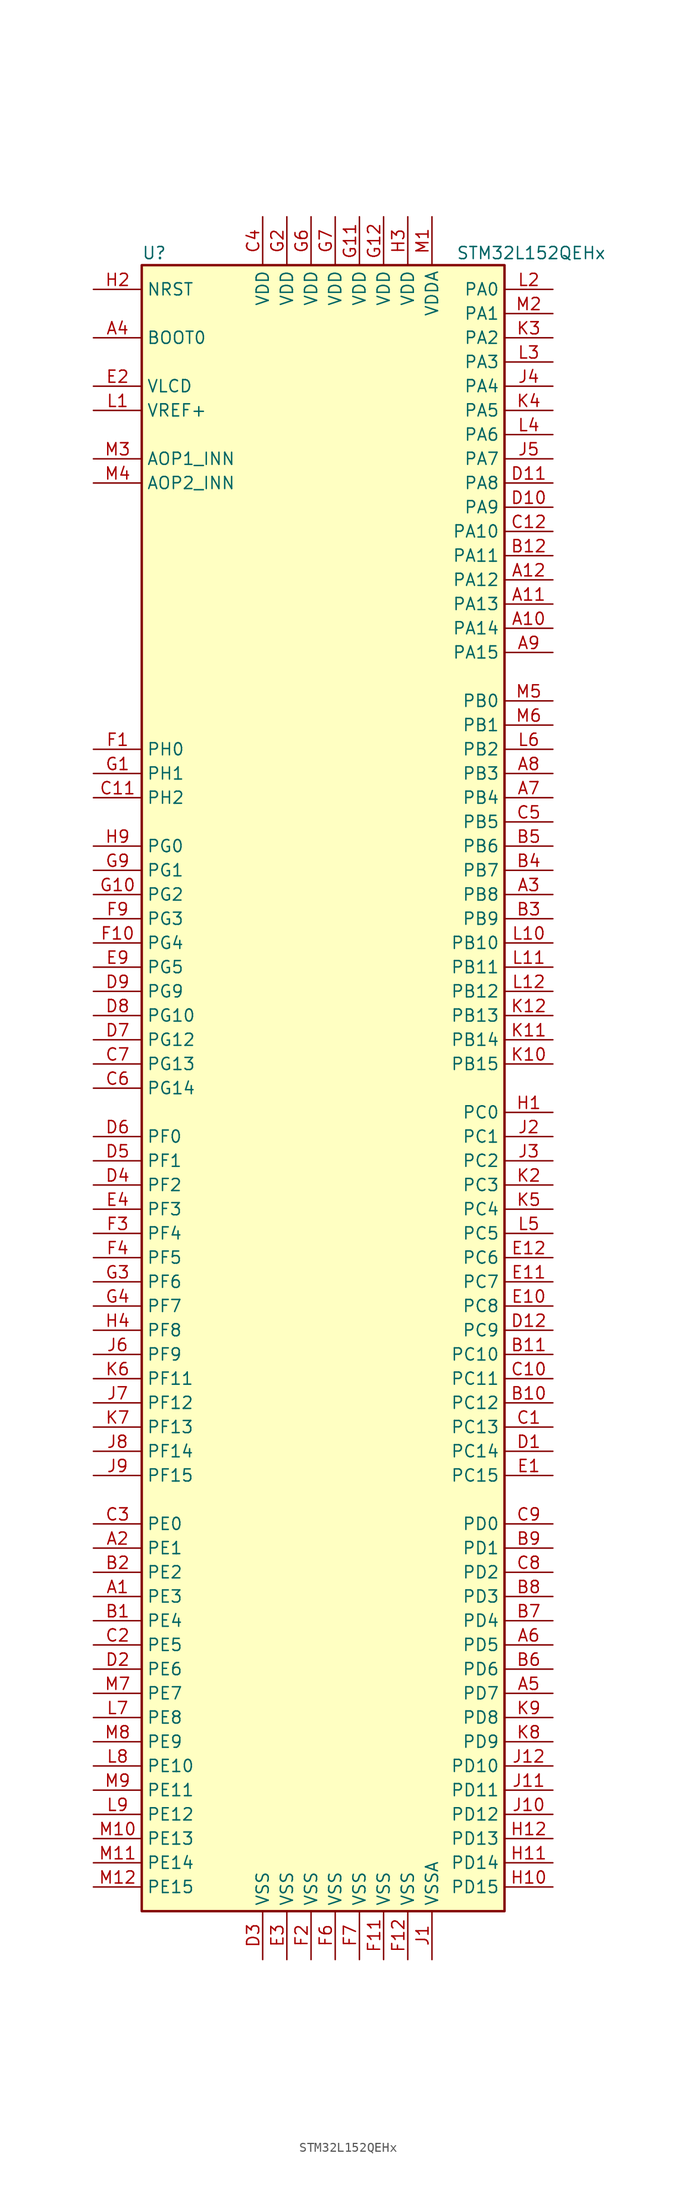
<source format=kicad_sym>
(kicad_symbol_lib
  (version 20201005)
  (generator kicad_symbol_editor)
  (symbol "STM32L152QEHx"
    (property "Reference" "U"
      (at -20.32 87.63 0)
      (effects (font (size 1.27 1.27)) (justify left)))
    (property "Value" "STM32L152QEHx"
      (at 12.7 87.63 0)
      (effects (font (size 1.27 1.27)) (justify left)))
    (symbol "STM32L152QEHx_0_1"
      (rectangle (start -20.32 -86.36) (end 17.78 86.36) (stroke (width 0.254)) (fill (type background))))
    (symbol "STM32L152QEHx_1_1"
      (pin bidirectional line (at -25.4 66.04 0) (length 5.08) (name "AOP1_INN" (effects (font (size 1.27 1.27)))) (number "M3" (effects (font (size 1.27 1.27)))))
      (pin bidirectional line (at -25.4 63.5 0) (length 5.08) (name "AOP2_INN" (effects (font (size 1.27 1.27)))) (number "M4" (effects (font (size 1.27 1.27)))))
      (pin input line (at -25.4 78.74 0) (length 5.08) (name "BOOT0" (effects (font (size 1.27 1.27)))) (number "A4" (effects (font (size 1.27 1.27)))))
      (pin no_connect line (at -20.32 -83.82 0) (length 5.08) hide (name "NC" (effects (font (size 1.27 1.27)))) (number "K1" (effects (font (size 1.27 1.27)))))
      (pin input line (at -25.4 83.82 0) (length 5.08) (name "NRST" (effects (font (size 1.27 1.27)))) (number "H2" (effects (font (size 1.27 1.27)))))
      (pin bidirectional line (at 22.86 83.82 180) (length 5.08) (name "PA0" (effects (font (size 1.27 1.27)))) (number "L2" (effects (font (size 1.27 1.27)))))
      (pin bidirectional line (at 22.86 81.28 180) (length 5.08) (name "PA1" (effects (font (size 1.27 1.27)))) (number "M2" (effects (font (size 1.27 1.27)))))
      (pin bidirectional line (at 22.86 58.42 180) (length 5.08) (name "PA10" (effects (font (size 1.27 1.27)))) (number "C12" (effects (font (size 1.27 1.27)))))
      (pin bidirectional line (at 22.86 55.88 180) (length 5.08) (name "PA11" (effects (font (size 1.27 1.27)))) (number "B12" (effects (font (size 1.27 1.27)))))
      (pin bidirectional line (at 22.86 53.34 180) (length 5.08) (name "PA12" (effects (font (size 1.27 1.27)))) (number "A12" (effects (font (size 1.27 1.27)))))
      (pin bidirectional line (at 22.86 50.8 180) (length 5.08) (name "PA13" (effects (font (size 1.27 1.27)))) (number "A11" (effects (font (size 1.27 1.27)))))
      (pin bidirectional line (at 22.86 48.26 180) (length 5.08) (name "PA14" (effects (font (size 1.27 1.27)))) (number "A10" (effects (font (size 1.27 1.27)))))
      (pin bidirectional line (at 22.86 45.72 180) (length 5.08) (name "PA15" (effects (font (size 1.27 1.27)))) (number "A9" (effects (font (size 1.27 1.27)))))
      (pin bidirectional line (at 22.86 78.74 180) (length 5.08) (name "PA2" (effects (font (size 1.27 1.27)))) (number "K3" (effects (font (size 1.27 1.27)))))
      (pin bidirectional line (at 22.86 76.2 180) (length 5.08) (name "PA3" (effects (font (size 1.27 1.27)))) (number "L3" (effects (font (size 1.27 1.27)))))
      (pin bidirectional line (at 22.86 73.66 180) (length 5.08) (name "PA4" (effects (font (size 1.27 1.27)))) (number "J4" (effects (font (size 1.27 1.27)))))
      (pin bidirectional line (at 22.86 71.12 180) (length 5.08) (name "PA5" (effects (font (size 1.27 1.27)))) (number "K4" (effects (font (size 1.27 1.27)))))
      (pin bidirectional line (at 22.86 68.58 180) (length 5.08) (name "PA6" (effects (font (size 1.27 1.27)))) (number "L4" (effects (font (size 1.27 1.27)))))
      (pin bidirectional line (at 22.86 66.04 180) (length 5.08) (name "PA7" (effects (font (size 1.27 1.27)))) (number "J5" (effects (font (size 1.27 1.27)))))
      (pin bidirectional line (at 22.86 63.5 180) (length 5.08) (name "PA8" (effects (font (size 1.27 1.27)))) (number "D11" (effects (font (size 1.27 1.27)))))
      (pin bidirectional line (at 22.86 60.96 180) (length 5.08) (name "PA9" (effects (font (size 1.27 1.27)))) (number "D10" (effects (font (size 1.27 1.27)))))
      (pin bidirectional line (at 22.86 40.64 180) (length 5.08) (name "PB0" (effects (font (size 1.27 1.27)))) (number "M5" (effects (font (size 1.27 1.27)))))
      (pin bidirectional line (at 22.86 38.1 180) (length 5.08) (name "PB1" (effects (font (size 1.27 1.27)))) (number "M6" (effects (font (size 1.27 1.27)))))
      (pin bidirectional line (at 22.86 15.24 180) (length 5.08) (name "PB10" (effects (font (size 1.27 1.27)))) (number "L10" (effects (font (size 1.27 1.27)))))
      (pin bidirectional line (at 22.86 12.7 180) (length 5.08) (name "PB11" (effects (font (size 1.27 1.27)))) (number "L11" (effects (font (size 1.27 1.27)))))
      (pin bidirectional line (at 22.86 10.16 180) (length 5.08) (name "PB12" (effects (font (size 1.27 1.27)))) (number "L12" (effects (font (size 1.27 1.27)))))
      (pin bidirectional line (at 22.86 7.62 180) (length 5.08) (name "PB13" (effects (font (size 1.27 1.27)))) (number "K12" (effects (font (size 1.27 1.27)))))
      (pin bidirectional line (at 22.86 5.08 180) (length 5.08) (name "PB14" (effects (font (size 1.27 1.27)))) (number "K11" (effects (font (size 1.27 1.27)))))
      (pin bidirectional line (at 22.86 2.54 180) (length 5.08) (name "PB15" (effects (font (size 1.27 1.27)))) (number "K10" (effects (font (size 1.27 1.27)))))
      (pin bidirectional line (at 22.86 35.56 180) (length 5.08) (name "PB2" (effects (font (size 1.27 1.27)))) (number "L6" (effects (font (size 1.27 1.27)))))
      (pin bidirectional line (at 22.86 33.02 180) (length 5.08) (name "PB3" (effects (font (size 1.27 1.27)))) (number "A8" (effects (font (size 1.27 1.27)))))
      (pin bidirectional line (at 22.86 30.48 180) (length 5.08) (name "PB4" (effects (font (size 1.27 1.27)))) (number "A7" (effects (font (size 1.27 1.27)))))
      (pin bidirectional line (at 22.86 27.94 180) (length 5.08) (name "PB5" (effects (font (size 1.27 1.27)))) (number "C5" (effects (font (size 1.27 1.27)))))
      (pin bidirectional line (at 22.86 25.4 180) (length 5.08) (name "PB6" (effects (font (size 1.27 1.27)))) (number "B5" (effects (font (size 1.27 1.27)))))
      (pin bidirectional line (at 22.86 22.86 180) (length 5.08) (name "PB7" (effects (font (size 1.27 1.27)))) (number "B4" (effects (font (size 1.27 1.27)))))
      (pin bidirectional line (at 22.86 20.32 180) (length 5.08) (name "PB8" (effects (font (size 1.27 1.27)))) (number "A3" (effects (font (size 1.27 1.27)))))
      (pin bidirectional line (at 22.86 17.78 180) (length 5.08) (name "PB9" (effects (font (size 1.27 1.27)))) (number "B3" (effects (font (size 1.27 1.27)))))
      (pin bidirectional line (at 22.86 -2.54 180) (length 5.08) (name "PC0" (effects (font (size 1.27 1.27)))) (number "H1" (effects (font (size 1.27 1.27)))))
      (pin bidirectional line (at 22.86 -5.08 180) (length 5.08) (name "PC1" (effects (font (size 1.27 1.27)))) (number "J2" (effects (font (size 1.27 1.27)))))
      (pin bidirectional line (at 22.86 -27.94 180) (length 5.08) (name "PC10" (effects (font (size 1.27 1.27)))) (number "B11" (effects (font (size 1.27 1.27)))))
      (pin bidirectional line (at 22.86 -30.48 180) (length 5.08) (name "PC11" (effects (font (size 1.27 1.27)))) (number "C10" (effects (font (size 1.27 1.27)))))
      (pin bidirectional line (at 22.86 -33.02 180) (length 5.08) (name "PC12" (effects (font (size 1.27 1.27)))) (number "B10" (effects (font (size 1.27 1.27)))))
      (pin bidirectional line (at 22.86 -35.56 180) (length 5.08) (name "PC13" (effects (font (size 1.27 1.27)))) (number "C1" (effects (font (size 1.27 1.27)))))
      (pin bidirectional line (at 22.86 -38.1 180) (length 5.08) (name "PC14" (effects (font (size 1.27 1.27)))) (number "D1" (effects (font (size 1.27 1.27)))))
      (pin bidirectional line (at 22.86 -40.64 180) (length 5.08) (name "PC15" (effects (font (size 1.27 1.27)))) (number "E1" (effects (font (size 1.27 1.27)))))
      (pin bidirectional line (at 22.86 -7.62 180) (length 5.08) (name "PC2" (effects (font (size 1.27 1.27)))) (number "J3" (effects (font (size 1.27 1.27)))))
      (pin bidirectional line (at 22.86 -10.16 180) (length 5.08) (name "PC3" (effects (font (size 1.27 1.27)))) (number "K2" (effects (font (size 1.27 1.27)))))
      (pin bidirectional line (at 22.86 -12.7 180) (length 5.08) (name "PC4" (effects (font (size 1.27 1.27)))) (number "K5" (effects (font (size 1.27 1.27)))))
      (pin bidirectional line (at 22.86 -15.24 180) (length 5.08) (name "PC5" (effects (font (size 1.27 1.27)))) (number "L5" (effects (font (size 1.27 1.27)))))
      (pin bidirectional line (at 22.86 -17.78 180) (length 5.08) (name "PC6" (effects (font (size 1.27 1.27)))) (number "E12" (effects (font (size 1.27 1.27)))))
      (pin bidirectional line (at 22.86 -20.32 180) (length 5.08) (name "PC7" (effects (font (size 1.27 1.27)))) (number "E11" (effects (font (size 1.27 1.27)))))
      (pin bidirectional line (at 22.86 -22.86 180) (length 5.08) (name "PC8" (effects (font (size 1.27 1.27)))) (number "E10" (effects (font (size 1.27 1.27)))))
      (pin bidirectional line (at 22.86 -25.4 180) (length 5.08) (name "PC9" (effects (font (size 1.27 1.27)))) (number "D12" (effects (font (size 1.27 1.27)))))
      (pin bidirectional line (at 22.86 -45.72 180) (length 5.08) (name "PD0" (effects (font (size 1.27 1.27)))) (number "C9" (effects (font (size 1.27 1.27)))))
      (pin bidirectional line (at 22.86 -48.26 180) (length 5.08) (name "PD1" (effects (font (size 1.27 1.27)))) (number "B9" (effects (font (size 1.27 1.27)))))
      (pin bidirectional line (at 22.86 -71.12 180) (length 5.08) (name "PD10" (effects (font (size 1.27 1.27)))) (number "J12" (effects (font (size 1.27 1.27)))))
      (pin bidirectional line (at 22.86 -73.66 180) (length 5.08) (name "PD11" (effects (font (size 1.27 1.27)))) (number "J11" (effects (font (size 1.27 1.27)))))
      (pin bidirectional line (at 22.86 -76.2 180) (length 5.08) (name "PD12" (effects (font (size 1.27 1.27)))) (number "J10" (effects (font (size 1.27 1.27)))))
      (pin bidirectional line (at 22.86 -78.74 180) (length 5.08) (name "PD13" (effects (font (size 1.27 1.27)))) (number "H12" (effects (font (size 1.27 1.27)))))
      (pin bidirectional line (at 22.86 -81.28 180) (length 5.08) (name "PD14" (effects (font (size 1.27 1.27)))) (number "H11" (effects (font (size 1.27 1.27)))))
      (pin bidirectional line (at 22.86 -83.82 180) (length 5.08) (name "PD15" (effects (font (size 1.27 1.27)))) (number "H10" (effects (font (size 1.27 1.27)))))
      (pin bidirectional line (at 22.86 -50.8 180) (length 5.08) (name "PD2" (effects (font (size 1.27 1.27)))) (number "C8" (effects (font (size 1.27 1.27)))))
      (pin bidirectional line (at 22.86 -53.34 180) (length 5.08) (name "PD3" (effects (font (size 1.27 1.27)))) (number "B8" (effects (font (size 1.27 1.27)))))
      (pin bidirectional line (at 22.86 -55.88 180) (length 5.08) (name "PD4" (effects (font (size 1.27 1.27)))) (number "B7" (effects (font (size 1.27 1.27)))))
      (pin bidirectional line (at 22.86 -58.42 180) (length 5.08) (name "PD5" (effects (font (size 1.27 1.27)))) (number "A6" (effects (font (size 1.27 1.27)))))
      (pin bidirectional line (at 22.86 -60.96 180) (length 5.08) (name "PD6" (effects (font (size 1.27 1.27)))) (number "B6" (effects (font (size 1.27 1.27)))))
      (pin bidirectional line (at 22.86 -63.5 180) (length 5.08) (name "PD7" (effects (font (size 1.27 1.27)))) (number "A5" (effects (font (size 1.27 1.27)))))
      (pin bidirectional line (at 22.86 -66.04 180) (length 5.08) (name "PD8" (effects (font (size 1.27 1.27)))) (number "K9" (effects (font (size 1.27 1.27)))))
      (pin bidirectional line (at 22.86 -68.58 180) (length 5.08) (name "PD9" (effects (font (size 1.27 1.27)))) (number "K8" (effects (font (size 1.27 1.27)))))
      (pin bidirectional line (at -25.4 -45.72 0) (length 5.08) (name "PE0" (effects (font (size 1.27 1.27)))) (number "C3" (effects (font (size 1.27 1.27)))))
      (pin bidirectional line (at -25.4 -48.26 0) (length 5.08) (name "PE1" (effects (font (size 1.27 1.27)))) (number "A2" (effects (font (size 1.27 1.27)))))
      (pin bidirectional line (at -25.4 -71.12 0) (length 5.08) (name "PE10" (effects (font (size 1.27 1.27)))) (number "L8" (effects (font (size 1.27 1.27)))))
      (pin bidirectional line (at -25.4 -73.66 0) (length 5.08) (name "PE11" (effects (font (size 1.27 1.27)))) (number "M9" (effects (font (size 1.27 1.27)))))
      (pin bidirectional line (at -25.4 -76.2 0) (length 5.08) (name "PE12" (effects (font (size 1.27 1.27)))) (number "L9" (effects (font (size 1.27 1.27)))))
      (pin bidirectional line (at -25.4 -78.74 0) (length 5.08) (name "PE13" (effects (font (size 1.27 1.27)))) (number "M10" (effects (font (size 1.27 1.27)))))
      (pin bidirectional line (at -25.4 -81.28 0) (length 5.08) (name "PE14" (effects (font (size 1.27 1.27)))) (number "M11" (effects (font (size 1.27 1.27)))))
      (pin bidirectional line (at -25.4 -83.82 0) (length 5.08) (name "PE15" (effects (font (size 1.27 1.27)))) (number "M12" (effects (font (size 1.27 1.27)))))
      (pin bidirectional line (at -25.4 -50.8 0) (length 5.08) (name "PE2" (effects (font (size 1.27 1.27)))) (number "B2" (effects (font (size 1.27 1.27)))))
      (pin bidirectional line (at -25.4 -53.34 0) (length 5.08) (name "PE3" (effects (font (size 1.27 1.27)))) (number "A1" (effects (font (size 1.27 1.27)))))
      (pin bidirectional line (at -25.4 -55.88 0) (length 5.08) (name "PE4" (effects (font (size 1.27 1.27)))) (number "B1" (effects (font (size 1.27 1.27)))))
      (pin bidirectional line (at -25.4 -58.42 0) (length 5.08) (name "PE5" (effects (font (size 1.27 1.27)))) (number "C2" (effects (font (size 1.27 1.27)))))
      (pin bidirectional line (at -25.4 -60.96 0) (length 5.08) (name "PE6" (effects (font (size 1.27 1.27)))) (number "D2" (effects (font (size 1.27 1.27)))))
      (pin bidirectional line (at -25.4 -63.5 0) (length 5.08) (name "PE7" (effects (font (size 1.27 1.27)))) (number "M7" (effects (font (size 1.27 1.27)))))
      (pin bidirectional line (at -25.4 -66.04 0) (length 5.08) (name "PE8" (effects (font (size 1.27 1.27)))) (number "L7" (effects (font (size 1.27 1.27)))))
      (pin bidirectional line (at -25.4 -68.58 0) (length 5.08) (name "PE9" (effects (font (size 1.27 1.27)))) (number "M8" (effects (font (size 1.27 1.27)))))
      (pin bidirectional line (at -25.4 -5.08 0) (length 5.08) (name "PF0" (effects (font (size 1.27 1.27)))) (number "D6" (effects (font (size 1.27 1.27)))))
      (pin bidirectional line (at -25.4 -7.62 0) (length 5.08) (name "PF1" (effects (font (size 1.27 1.27)))) (number "D5" (effects (font (size 1.27 1.27)))))
      (pin bidirectional line (at -25.4 -30.48 0) (length 5.08) (name "PF11" (effects (font (size 1.27 1.27)))) (number "K6" (effects (font (size 1.27 1.27)))))
      (pin bidirectional line (at -25.4 -33.02 0) (length 5.08) (name "PF12" (effects (font (size 1.27 1.27)))) (number "J7" (effects (font (size 1.27 1.27)))))
      (pin bidirectional line (at -25.4 -35.56 0) (length 5.08) (name "PF13" (effects (font (size 1.27 1.27)))) (number "K7" (effects (font (size 1.27 1.27)))))
      (pin bidirectional line (at -25.4 -38.1 0) (length 5.08) (name "PF14" (effects (font (size 1.27 1.27)))) (number "J8" (effects (font (size 1.27 1.27)))))
      (pin bidirectional line (at -25.4 -40.64 0) (length 5.08) (name "PF15" (effects (font (size 1.27 1.27)))) (number "J9" (effects (font (size 1.27 1.27)))))
      (pin bidirectional line (at -25.4 -10.16 0) (length 5.08) (name "PF2" (effects (font (size 1.27 1.27)))) (number "D4" (effects (font (size 1.27 1.27)))))
      (pin bidirectional line (at -25.4 -12.7 0) (length 5.08) (name "PF3" (effects (font (size 1.27 1.27)))) (number "E4" (effects (font (size 1.27 1.27)))))
      (pin bidirectional line (at -25.4 -15.24 0) (length 5.08) (name "PF4" (effects (font (size 1.27 1.27)))) (number "F3" (effects (font (size 1.27 1.27)))))
      (pin bidirectional line (at -25.4 -17.78 0) (length 5.08) (name "PF5" (effects (font (size 1.27 1.27)))) (number "F4" (effects (font (size 1.27 1.27)))))
      (pin bidirectional line (at -25.4 -20.32 0) (length 5.08) (name "PF6" (effects (font (size 1.27 1.27)))) (number "G3" (effects (font (size 1.27 1.27)))))
      (pin bidirectional line (at -25.4 -22.86 0) (length 5.08) (name "PF7" (effects (font (size 1.27 1.27)))) (number "G4" (effects (font (size 1.27 1.27)))))
      (pin bidirectional line (at -25.4 -25.4 0) (length 5.08) (name "PF8" (effects (font (size 1.27 1.27)))) (number "H4" (effects (font (size 1.27 1.27)))))
      (pin bidirectional line (at -25.4 -27.94 0) (length 5.08) (name "PF9" (effects (font (size 1.27 1.27)))) (number "J6" (effects (font (size 1.27 1.27)))))
      (pin bidirectional line (at -25.4 25.4 0) (length 5.08) (name "PG0" (effects (font (size 1.27 1.27)))) (number "H9" (effects (font (size 1.27 1.27)))))
      (pin bidirectional line (at -25.4 22.86 0) (length 5.08) (name "PG1" (effects (font (size 1.27 1.27)))) (number "G9" (effects (font (size 1.27 1.27)))))
      (pin bidirectional line (at -25.4 7.62 0) (length 5.08) (name "PG10" (effects (font (size 1.27 1.27)))) (number "D8" (effects (font (size 1.27 1.27)))))
      (pin bidirectional line (at -25.4 5.08 0) (length 5.08) (name "PG12" (effects (font (size 1.27 1.27)))) (number "D7" (effects (font (size 1.27 1.27)))))
      (pin bidirectional line (at -25.4 2.54 0) (length 5.08) (name "PG13" (effects (font (size 1.27 1.27)))) (number "C7" (effects (font (size 1.27 1.27)))))
      (pin bidirectional line (at -25.4 0 0) (length 5.08) (name "PG14" (effects (font (size 1.27 1.27)))) (number "C6" (effects (font (size 1.27 1.27)))))
      (pin bidirectional line (at -25.4 20.32 0) (length 5.08) (name "PG2" (effects (font (size 1.27 1.27)))) (number "G10" (effects (font (size 1.27 1.27)))))
      (pin bidirectional line (at -25.4 17.78 0) (length 5.08) (name "PG3" (effects (font (size 1.27 1.27)))) (number "F9" (effects (font (size 1.27 1.27)))))
      (pin bidirectional line (at -25.4 15.24 0) (length 5.08) (name "PG4" (effects (font (size 1.27 1.27)))) (number "F10" (effects (font (size 1.27 1.27)))))
      (pin bidirectional line (at -25.4 12.7 0) (length 5.08) (name "PG5" (effects (font (size 1.27 1.27)))) (number "E9" (effects (font (size 1.27 1.27)))))
      (pin bidirectional line (at -25.4 10.16 0) (length 5.08) (name "PG9" (effects (font (size 1.27 1.27)))) (number "D9" (effects (font (size 1.27 1.27)))))
      (pin input line (at -25.4 35.56 0) (length 5.08) (name "PH0" (effects (font (size 1.27 1.27)))) (number "F1" (effects (font (size 1.27 1.27)))))
      (pin input line (at -25.4 33.02 0) (length 5.08) (name "PH1" (effects (font (size 1.27 1.27)))) (number "G1" (effects (font (size 1.27 1.27)))))
      (pin bidirectional line (at -25.4 30.48 0) (length 5.08) (name "PH2" (effects (font (size 1.27 1.27)))) (number "C11" (effects (font (size 1.27 1.27)))))
      (pin power_in line (at -7.62 91.44 270) (length 5.08) (name "VDD" (effects (font (size 1.27 1.27)))) (number "C4" (effects (font (size 1.27 1.27)))))
      (pin power_in line (at 2.54 91.44 270) (length 5.08) (name "VDD" (effects (font (size 1.27 1.27)))) (number "G11" (effects (font (size 1.27 1.27)))))
      (pin power_in line (at 5.08 91.44 270) (length 5.08) (name "VDD" (effects (font (size 1.27 1.27)))) (number "G12" (effects (font (size 1.27 1.27)))))
      (pin power_in line (at -5.08 91.44 270) (length 5.08) (name "VDD" (effects (font (size 1.27 1.27)))) (number "G2" (effects (font (size 1.27 1.27)))))
      (pin power_in line (at -2.54 91.44 270) (length 5.08) (name "VDD" (effects (font (size 1.27 1.27)))) (number "G6" (effects (font (size 1.27 1.27)))))
      (pin power_in line (at 0 91.44 270) (length 5.08) (name "VDD" (effects (font (size 1.27 1.27)))) (number "G7" (effects (font (size 1.27 1.27)))))
      (pin power_in line (at 7.62 91.44 270) (length 5.08) (name "VDD" (effects (font (size 1.27 1.27)))) (number "H3" (effects (font (size 1.27 1.27)))))
      (pin power_in line (at 10.16 91.44 270) (length 5.08) (name "VDDA" (effects (font (size 1.27 1.27)))) (number "M1" (effects (font (size 1.27 1.27)))))
      (pin power_in line (at -25.4 73.66 0) (length 5.08) (name "VLCD" (effects (font (size 1.27 1.27)))) (number "E2" (effects (font (size 1.27 1.27)))))
      (pin power_in line (at -25.4 71.12 0) (length 5.08) (name "VREF+" (effects (font (size 1.27 1.27)))) (number "L1" (effects (font (size 1.27 1.27)))))
      (pin power_in line (at -7.62 -91.44 90) (length 5.08) (name "VSS" (effects (font (size 1.27 1.27)))) (number "D3" (effects (font (size 1.27 1.27)))))
      (pin power_in line (at -5.08 -91.44 90) (length 5.08) (name "VSS" (effects (font (size 1.27 1.27)))) (number "E3" (effects (font (size 1.27 1.27)))))
      (pin power_in line (at 5.08 -91.44 90) (length 5.08) (name "VSS" (effects (font (size 1.27 1.27)))) (number "F11" (effects (font (size 1.27 1.27)))))
      (pin power_in line (at 7.62 -91.44 90) (length 5.08) (name "VSS" (effects (font (size 1.27 1.27)))) (number "F12" (effects (font (size 1.27 1.27)))))
      (pin power_in line (at -2.54 -91.44 90) (length 5.08) (name "VSS" (effects (font (size 1.27 1.27)))) (number "F2" (effects (font (size 1.27 1.27)))))
      (pin power_in line (at 0 -91.44 90) (length 5.08) (name "VSS" (effects (font (size 1.27 1.27)))) (number "F6" (effects (font (size 1.27 1.27)))))
      (pin power_in line (at 2.54 -91.44 90) (length 5.08) (name "VSS" (effects (font (size 1.27 1.27)))) (number "F7" (effects (font (size 1.27 1.27)))))
      (pin power_in line (at 10.16 -91.44 90) (length 5.08) (name "VSSA" (effects (font (size 1.27 1.27)))) (number "J1" (effects (font (size 1.27 1.27))))))))
</source>
